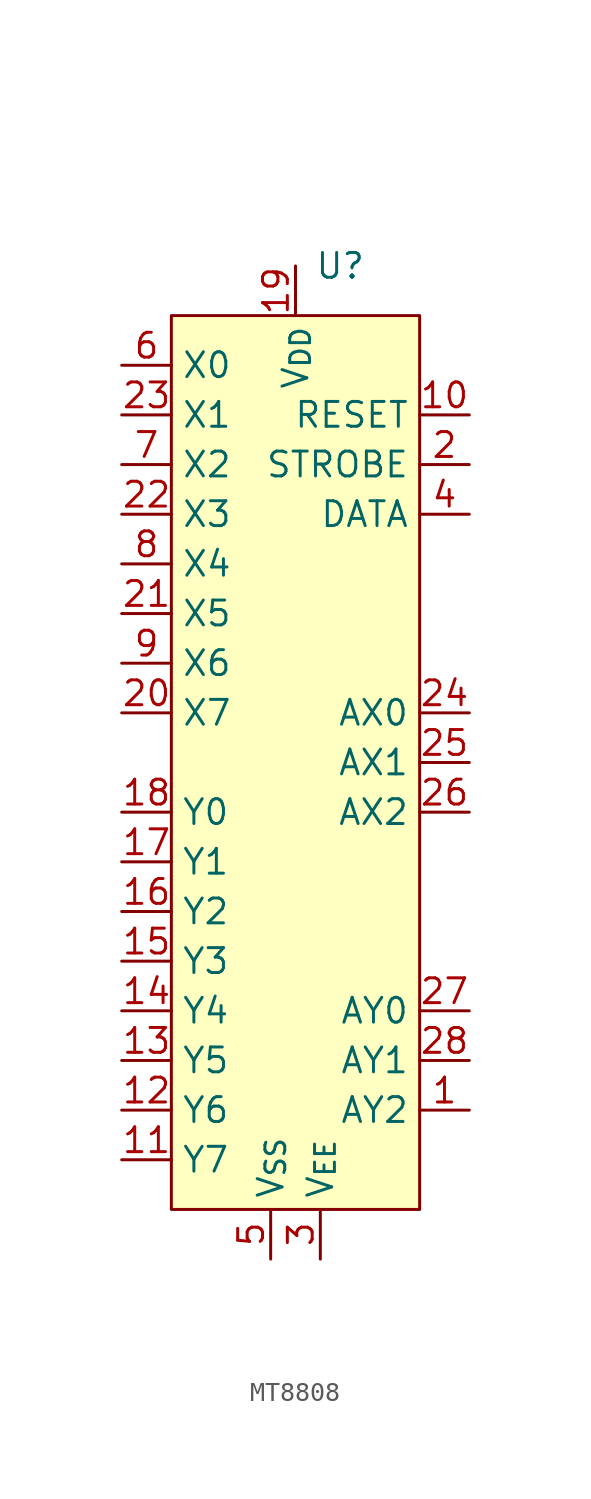
<source format=kicad_sym>
(kicad_symbol_lib
  (version 20231120)
  (generator "kicad_symbol_editor")
  (generator_version "8.0")
  (symbol "MT8808"
    (property "Reference" "U"
      (at 2.286 -3.81 0)
      (effects (font (size 1.27 1.27))))
    (property "Value" ""
      (at 0 0 0)
      (effects (font (size 1.27 1.27))))
    (symbol "MT8808_0_1"
      (rectangle (start -6.35 -6.35) (end 6.35 -52.07) (stroke (width 0) (type default)) (fill (type background))))
    (symbol "MT8808_1_1"
      (pin input line (at 8.89 -46.99 180) (length 2.54) (name "AY2" (effects (font (size 1.27 1.27)))) (number "1" (effects (font (size 1.27 1.27)))))
      (pin input line (at 8.89 -11.43 180) (length 2.54) (name "RESET" (effects (font (size 1.27 1.27)))) (number "10" (effects (font (size 1.27 1.27)))))
      (pin passive line (at -8.89 -49.53 0) (length 2.54) (name "Y7" (effects (font (size 1.27 1.27)))) (number "11" (effects (font (size 1.27 1.27)))))
      (pin passive line (at -8.89 -46.99 0) (length 2.54) (name "Y6" (effects (font (size 1.27 1.27)))) (number "12" (effects (font (size 1.27 1.27)))))
      (pin passive line (at -8.89 -44.45 0) (length 2.54) (name "Y5" (effects (font (size 1.27 1.27)))) (number "13" (effects (font (size 1.27 1.27)))))
      (pin passive line (at -8.89 -41.91 0) (length 2.54) (name "Y4" (effects (font (size 1.27 1.27)))) (number "14" (effects (font (size 1.27 1.27)))))
      (pin passive line (at -8.89 -39.37 0) (length 2.54) (name "Y3" (effects (font (size 1.27 1.27)))) (number "15" (effects (font (size 1.27 1.27)))))
      (pin passive line (at -8.89 -36.83 0) (length 2.54) (name "Y2" (effects (font (size 1.27 1.27)))) (number "16" (effects (font (size 1.27 1.27)))))
      (pin passive line (at -8.89 -34.29 0) (length 2.54) (name "Y1" (effects (font (size 1.27 1.27)))) (number "17" (effects (font (size 1.27 1.27)))))
      (pin passive line (at -8.89 -31.75 0) (length 2.54) (name "Y0" (effects (font (size 1.27 1.27)))) (number "18" (effects (font (size 1.27 1.27)))))
      (pin power_in line (at 0 -3.81 270) (length 2.54) (name "V_{DD}" (effects (font (size 1.27 1.27)))) (number "19" (effects (font (size 1.27 1.27)))))
      (pin input line (at 8.89 -13.97 180) (length 2.54) (name "STROBE" (effects (font (size 1.27 1.27)))) (number "2" (effects (font (size 1.27 1.27)))))
      (pin passive line (at -8.89 -26.67 0) (length 2.54) (name "X7" (effects (font (size 1.27 1.27)))) (number "20" (effects (font (size 1.27 1.27)))))
      (pin passive line (at -8.89 -21.59 0) (length 2.54) (name "X5" (effects (font (size 1.27 1.27)))) (number "21" (effects (font (size 1.27 1.27)))))
      (pin passive line (at -8.89 -16.51 0) (length 2.54) (name "X3" (effects (font (size 1.27 1.27)))) (number "22" (effects (font (size 1.27 1.27)))))
      (pin passive line (at -8.89 -11.43 0) (length 2.54) (name "X1" (effects (font (size 1.27 1.27)))) (number "23" (effects (font (size 1.27 1.27)))))
      (pin input line (at 8.89 -26.67 180) (length 2.54) (name "AX0" (effects (font (size 1.27 1.27)))) (number "24" (effects (font (size 1.27 1.27)))))
      (pin input line (at 8.89 -29.21 180) (length 2.54) (name "AX1" (effects (font (size 1.27 1.27)))) (number "25" (effects (font (size 1.27 1.27)))))
      (pin input line (at 8.89 -31.75 180) (length 2.54) (name "AX2" (effects (font (size 1.27 1.27)))) (number "26" (effects (font (size 1.27 1.27)))))
      (pin input line (at 8.89 -41.91 180) (length 2.54) (name "AY0" (effects (font (size 1.27 1.27)))) (number "27" (effects (font (size 1.27 1.27)))))
      (pin input line (at 8.89 -44.45 180) (length 2.54) (name "AY1" (effects (font (size 1.27 1.27)))) (number "28" (effects (font (size 1.27 1.27)))))
      (pin power_in line (at 1.27 -54.61 90) (length 2.54) (name "V_{EE}" (effects (font (size 1.27 1.27)))) (number "3" (effects (font (size 1.27 1.27)))))
      (pin input line (at 8.89 -16.51 180) (length 2.54) (name "DATA" (effects (font (size 1.27 1.27)))) (number "4" (effects (font (size 1.27 1.27)))))
      (pin power_in line (at -1.27 -54.61 90) (length 2.54) (name "V_{SS}" (effects (font (size 1.27 1.27)))) (number "5" (effects (font (size 1.27 1.27)))))
      (pin passive line (at -8.89 -8.89 0) (length 2.54) (name "X0" (effects (font (size 1.27 1.27)))) (number "6" (effects (font (size 1.27 1.27)))))
      (pin passive line (at -8.89 -13.97 0) (length 2.54) (name "X2" (effects (font (size 1.27 1.27)))) (number "7" (effects (font (size 1.27 1.27)))))
      (pin passive line (at -8.89 -19.05 0) (length 2.54) (name "X4" (effects (font (size 1.27 1.27)))) (number "8" (effects (font (size 1.27 1.27)))))
      (pin passive line (at -8.89 -24.13 0) (length 2.54) (name "X6" (effects (font (size 1.27 1.27)))) (number "9" (effects (font (size 1.27 1.27))))))))
</source>
